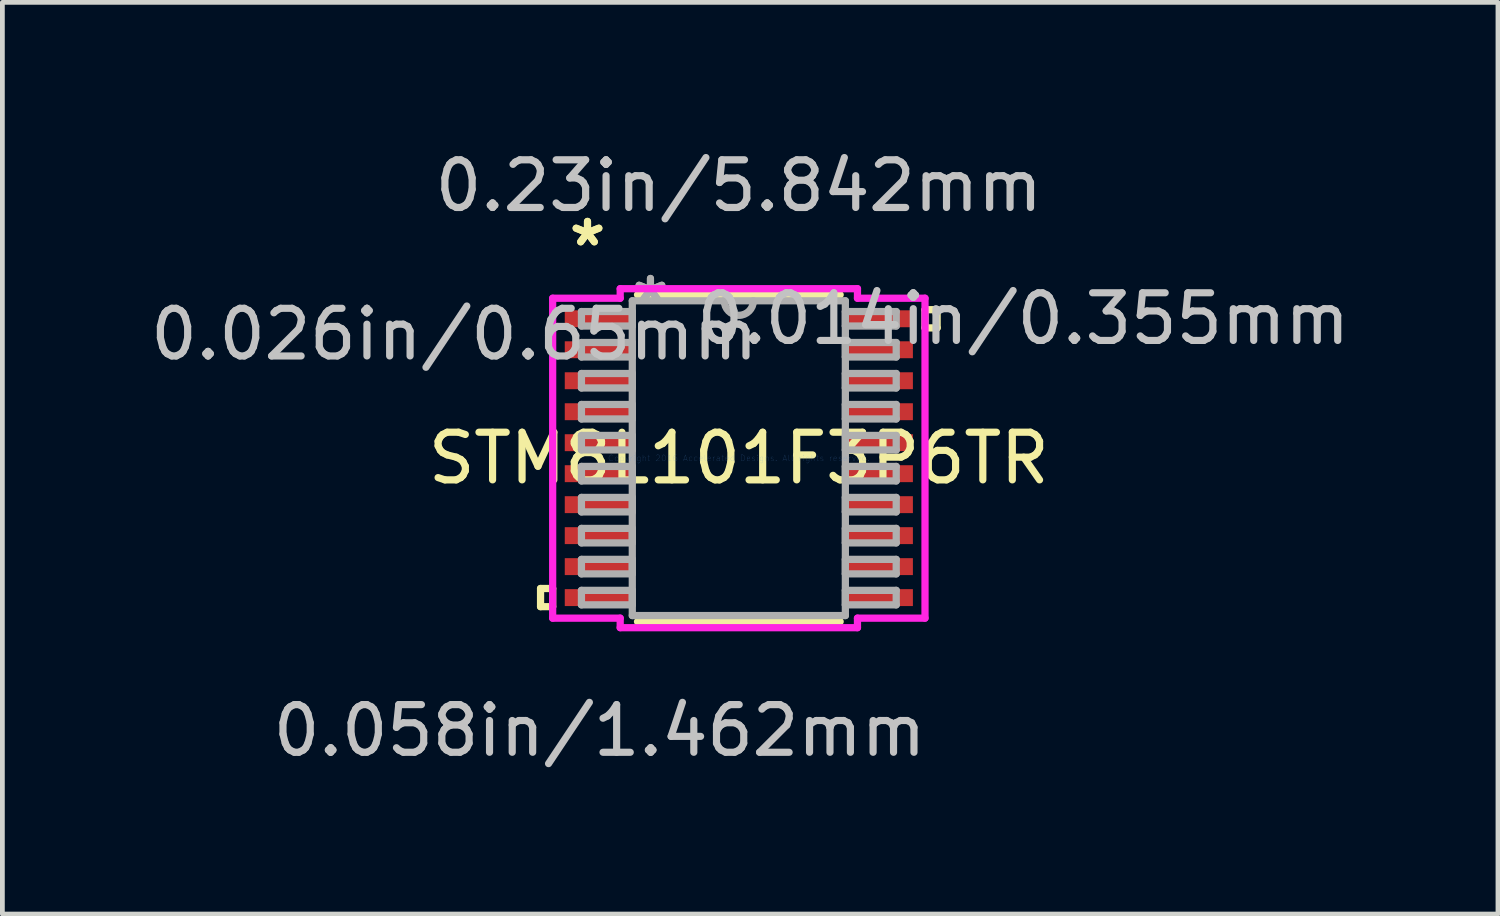
<source format=kicad_pcb>
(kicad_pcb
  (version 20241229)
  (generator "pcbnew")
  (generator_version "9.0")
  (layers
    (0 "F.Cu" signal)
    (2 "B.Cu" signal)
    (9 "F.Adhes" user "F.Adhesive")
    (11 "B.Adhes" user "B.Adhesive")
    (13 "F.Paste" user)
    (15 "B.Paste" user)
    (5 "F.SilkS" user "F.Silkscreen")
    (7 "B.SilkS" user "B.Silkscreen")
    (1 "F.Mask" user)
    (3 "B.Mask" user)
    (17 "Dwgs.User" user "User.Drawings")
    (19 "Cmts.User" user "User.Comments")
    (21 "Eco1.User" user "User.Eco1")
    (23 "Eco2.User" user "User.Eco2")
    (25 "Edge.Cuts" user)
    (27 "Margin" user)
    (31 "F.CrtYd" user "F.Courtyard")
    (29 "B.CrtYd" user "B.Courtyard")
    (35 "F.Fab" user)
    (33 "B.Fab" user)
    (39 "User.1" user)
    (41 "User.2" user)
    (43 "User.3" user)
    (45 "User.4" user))
  (footprint "STM8L101F3P6TR"
    (layer "F.Cu")
    (at 12.451 6.563)
    (property "Reference" "STM8L101F3P6TR" (at 0 0 0) (layer "F.SilkS") (effects (font (size 1 1) (thickness 0.15))))
    (attr through_hole)
    (fp_line (start -4.16 2.734) (end -4.16 3.115) (stroke (width 0.152) (type solid)) (layer "F.SilkS"))
    (fp_line (start -4.16 3.115) (end -3.906 3.115) (stroke (width 0.152) (type solid)) (layer "F.SilkS"))
    (fp_line (start -3.906 2.734) (end -4.16 2.734) (stroke (width 0.152) (type solid)) (layer "F.SilkS"))
    (fp_line (start -3.906 3.115) (end -3.906 2.734) (stroke (width 0.152) (type solid)) (layer "F.SilkS"))
    (fp_line (start -2.126 3.429) (end 2.126 3.429) (stroke (width 0.152) (type solid)) (layer "F.SilkS"))
    (fp_line (start 2.126 -3.429) (end -2.126 -3.429) (stroke (width 0.152) (type solid)) (layer "F.SilkS"))
    (fp_line (start 3.906 -3.115) (end 4.16 -3.115) (stroke (width 0.152) (type solid)) (layer "F.SilkS"))
    (fp_line (start 3.906 -2.734) (end 3.906 -3.115) (stroke (width 0.152) (type solid)) (layer "F.SilkS"))
    (fp_line (start 4.16 -3.115) (end 4.16 -2.734) (stroke (width 0.152) (type solid)) (layer "F.SilkS"))
    (fp_line (start 4.16 -2.734) (end 3.906 -2.734) (stroke (width 0.152) (type solid)) (layer "F.SilkS"))
    (fp_line (start -3.906 -3.356) (end -2.489 -3.356) (stroke (width 0.152) (type solid)) (layer "F.CrtYd"))
    (fp_line (start -3.906 3.356) (end -3.906 -3.356) (stroke (width 0.152) (type solid)) (layer "F.CrtYd"))
    (fp_line (start -2.489 -3.556) (end 2.489 -3.556) (stroke (width 0.152) (type solid)) (layer "F.CrtYd"))
    (fp_line (start -2.489 -3.356) (end -2.489 -3.556) (stroke (width 0.152) (type solid)) (layer "F.CrtYd"))
    (fp_line (start -2.489 3.356) (end -3.906 3.356) (stroke (width 0.152) (type solid)) (layer "F.CrtYd"))
    (fp_line (start -2.489 3.556) (end -2.489 3.356) (stroke (width 0.152) (type solid)) (layer "F.CrtYd"))
    (fp_line (start 2.489 -3.556) (end 2.489 -3.356) (stroke (width 0.152) (type solid)) (layer "F.CrtYd"))
    (fp_line (start 2.489 -3.356) (end 3.906 -3.356) (stroke (width 0.152) (type solid)) (layer "F.CrtYd"))
    (fp_line (start 2.489 3.356) (end 2.489 3.556) (stroke (width 0.152) (type solid)) (layer "F.CrtYd"))
    (fp_line (start 2.489 3.556) (end -2.489 3.556) (stroke (width 0.152) (type solid)) (layer "F.CrtYd"))
    (fp_line (start 3.906 -3.356) (end 3.906 3.356) (stroke (width 0.152) (type solid)) (layer "F.CrtYd"))
    (fp_line (start 3.906 3.356) (end 2.489 3.356) (stroke (width 0.152) (type solid)) (layer "F.CrtYd"))
    (fp_line (start -3.302 -3.077) (end -3.302 -2.773) (stroke (width 0.152) (type solid)) (layer "F.Fab"))
    (fp_line (start -3.302 -2.773) (end -2.235 -2.773) (stroke (width 0.152) (type solid)) (layer "F.Fab"))
    (fp_line (start -3.302 -2.427) (end -3.302 -2.123) (stroke (width 0.152) (type solid)) (layer "F.Fab"))
    (fp_line (start -3.302 -2.123) (end -2.235 -2.123) (stroke (width 0.152) (type solid)) (layer "F.Fab"))
    (fp_line (start -3.302 -1.777) (end -3.302 -1.473) (stroke (width 0.152) (type solid)) (layer "F.Fab"))
    (fp_line (start -3.302 -1.473) (end -2.235 -1.473) (stroke (width 0.152) (type solid)) (layer "F.Fab"))
    (fp_line (start -3.302 -1.127) (end -3.302 -0.823) (stroke (width 0.152) (type solid)) (layer "F.Fab"))
    (fp_line (start -3.302 -0.823) (end -2.235 -0.823) (stroke (width 0.152) (type solid)) (layer "F.Fab"))
    (fp_line (start -3.302 -0.477) (end -3.302 -0.173) (stroke (width 0.152) (type solid)) (layer "F.Fab"))
    (fp_line (start -3.302 -0.173) (end -2.235 -0.173) (stroke (width 0.152) (type solid)) (layer "F.Fab"))
    (fp_line (start -3.302 0.173) (end -3.302 0.477) (stroke (width 0.152) (type solid)) (layer "F.Fab"))
    (fp_line (start -3.302 0.477) (end -2.235 0.477) (stroke (width 0.152) (type solid)) (layer "F.Fab"))
    (fp_line (start -3.302 0.823) (end -3.302 1.127) (stroke (width 0.152) (type solid)) (layer "F.Fab"))
    (fp_line (start -3.302 1.127) (end -2.235 1.127) (stroke (width 0.152) (type solid)) (layer "F.Fab"))
    (fp_line (start -3.302 1.473) (end -3.302 1.777) (stroke (width 0.152) (type solid)) (layer "F.Fab"))
    (fp_line (start -3.302 1.777) (end -2.235 1.777) (stroke (width 0.152) (type solid)) (layer "F.Fab"))
    (fp_line (start -3.302 2.123) (end -3.302 2.427) (stroke (width 0.152) (type solid)) (layer "F.Fab"))
    (fp_line (start -3.302 2.427) (end -2.235 2.427) (stroke (width 0.152) (type solid)) (layer "F.Fab"))
    (fp_line (start -3.302 2.773) (end -3.302 3.077) (stroke (width 0.152) (type solid)) (layer "F.Fab"))
    (fp_line (start -3.302 3.077) (end -2.235 3.077) (stroke (width 0.152) (type solid)) (layer "F.Fab"))
    (fp_line (start -2.235 -3.302) (end -2.235 3.302) (stroke (width 0.152) (type solid)) (layer "F.Fab"))
    (fp_line (start -2.235 -3.077) (end -3.302 -3.077) (stroke (width 0.152) (type solid)) (layer "F.Fab"))
    (fp_line (start -2.235 -2.773) (end -2.235 -3.077) (stroke (width 0.152) (type solid)) (layer "F.Fab"))
    (fp_line (start -2.235 -2.427) (end -3.302 -2.427) (stroke (width 0.152) (type solid)) (layer "F.Fab"))
    (fp_line (start -2.235 -2.123) (end -2.235 -2.427) (stroke (width 0.152) (type solid)) (layer "F.Fab"))
    (fp_line (start -2.235 -1.777) (end -3.302 -1.777) (stroke (width 0.152) (type solid)) (layer "F.Fab"))
    (fp_line (start -2.235 -1.473) (end -2.235 -1.777) (stroke (width 0.152) (type solid)) (layer "F.Fab"))
    (fp_line (start -2.235 -1.127) (end -3.302 -1.127) (stroke (width 0.152) (type solid)) (layer "F.Fab"))
    (fp_line (start -2.235 -0.823) (end -2.235 -1.127) (stroke (width 0.152) (type solid)) (layer "F.Fab"))
    (fp_line (start -2.235 -0.477) (end -3.302 -0.477) (stroke (width 0.152) (type solid)) (layer "F.Fab"))
    (fp_line (start -2.235 -0.173) (end -2.235 -0.477) (stroke (width 0.152) (type solid)) (layer "F.Fab"))
    (fp_line (start -2.235 0.173) (end -3.302 0.173) (stroke (width 0.152) (type solid)) (layer "F.Fab"))
    (fp_line (start -2.235 0.477) (end -2.235 0.173) (stroke (width 0.152) (type solid)) (layer "F.Fab"))
    (fp_line (start -2.235 0.823) (end -3.302 0.823) (stroke (width 0.152) (type solid)) (layer "F.Fab"))
    (fp_line (start -2.235 1.127) (end -2.235 0.823) (stroke (width 0.152) (type solid)) (layer "F.Fab"))
    (fp_line (start -2.235 1.473) (end -3.302 1.473) (stroke (width 0.152) (type solid)) (layer "F.Fab"))
    (fp_line (start -2.235 1.777) (end -2.235 1.473) (stroke (width 0.152) (type solid)) (layer "F.Fab"))
    (fp_line (start -2.235 2.123) (end -3.302 2.123) (stroke (width 0.152) (type solid)) (layer "F.Fab"))
    (fp_line (start -2.235 2.427) (end -2.235 2.123) (stroke (width 0.152) (type solid)) (layer "F.Fab"))
    (fp_line (start -2.235 2.773) (end -3.302 2.773) (stroke (width 0.152) (type solid)) (layer "F.Fab"))
    (fp_line (start -2.235 3.077) (end -2.235 2.773) (stroke (width 0.152) (type solid)) (layer "F.Fab"))
    (fp_line (start -2.235 3.302) (end 2.235 3.302) (stroke (width 0.152) (type solid)) (layer "F.Fab"))
    (fp_line (start 2.235 -3.302) (end -2.235 -3.302) (stroke (width 0.152) (type solid)) (layer "F.Fab"))
    (fp_line (start 2.235 -3.077) (end 2.235 -2.773) (stroke (width 0.152) (type solid)) (layer "F.Fab"))
    (fp_line (start 2.235 -2.773) (end 3.302 -2.773) (stroke (width 0.152) (type solid)) (layer "F.Fab"))
    (fp_line (start 2.235 -2.427) (end 2.235 -2.123) (stroke (width 0.152) (type solid)) (layer "F.Fab"))
    (fp_line (start 2.235 -2.123) (end 3.302 -2.123) (stroke (width 0.152) (type solid)) (layer "F.Fab"))
    (fp_line (start 2.235 -1.777) (end 2.235 -1.473) (stroke (width 0.152) (type solid)) (layer "F.Fab"))
    (fp_line (start 2.235 -1.473) (end 3.302 -1.473) (stroke (width 0.152) (type solid)) (layer "F.Fab"))
    (fp_line (start 2.235 -1.127) (end 2.235 -0.823) (stroke (width 0.152) (type solid)) (layer "F.Fab"))
    (fp_line (start 2.235 -0.823) (end 3.302 -0.823) (stroke (width 0.152) (type solid)) (layer "F.Fab"))
    (fp_line (start 2.235 -0.477) (end 2.235 -0.173) (stroke (width 0.152) (type solid)) (layer "F.Fab"))
    (fp_line (start 2.235 -0.173) (end 3.302 -0.173) (stroke (width 0.152) (type solid)) (layer "F.Fab"))
    (fp_line (start 2.235 0.173) (end 2.235 0.477) (stroke (width 0.152) (type solid)) (layer "F.Fab"))
    (fp_line (start 2.235 0.477) (end 3.302 0.477) (stroke (width 0.152) (type solid)) (layer "F.Fab"))
    (fp_line (start 2.235 0.823) (end 2.235 1.127) (stroke (width 0.152) (type solid)) (layer "F.Fab"))
    (fp_line (start 2.235 1.127) (end 3.302 1.127) (stroke (width 0.152) (type solid)) (layer "F.Fab"))
    (fp_line (start 2.235 1.473) (end 2.235 1.777) (stroke (width 0.152) (type solid)) (layer "F.Fab"))
    (fp_line (start 2.235 1.777) (end 3.302 1.777) (stroke (width 0.152) (type solid)) (layer "F.Fab"))
    (fp_line (start 2.235 2.123) (end 2.235 2.427) (stroke (width 0.152) (type solid)) (layer "F.Fab"))
    (fp_line (start 2.235 2.427) (end 3.302 2.427) (stroke (width 0.152) (type solid)) (layer "F.Fab"))
    (fp_line (start 2.235 2.773) (end 2.235 3.077) (stroke (width 0.152) (type solid)) (layer "F.Fab"))
    (fp_line (start 2.235 3.077) (end 3.302 3.077) (stroke (width 0.152) (type solid)) (layer "F.Fab"))
    (fp_line (start 2.235 3.302) (end 2.235 -3.302) (stroke (width 0.152) (type solid)) (layer "F.Fab"))
    (fp_line (start 3.302 -3.077) (end 2.235 -3.077) (stroke (width 0.152) (type solid)) (layer "F.Fab"))
    (fp_line (start 3.302 -2.773) (end 3.302 -3.077) (stroke (width 0.152) (type solid)) (layer "F.Fab"))
    (fp_line (start 3.302 -2.427) (end 2.235 -2.427) (stroke (width 0.152) (type solid)) (layer "F.Fab"))
    (fp_line (start 3.302 -2.123) (end 3.302 -2.427) (stroke (width 0.152) (type solid)) (layer "F.Fab"))
    (fp_line (start 3.302 -1.777) (end 2.235 -1.777) (stroke (width 0.152) (type solid)) (layer "F.Fab"))
    (fp_line (start 3.302 -1.473) (end 3.302 -1.777) (stroke (width 0.152) (type solid)) (layer "F.Fab"))
    (fp_line (start 3.302 -1.127) (end 2.235 -1.127) (stroke (width 0.152) (type solid)) (layer "F.Fab"))
    (fp_line (start 3.302 -0.823) (end 3.302 -1.127) (stroke (width 0.152) (type solid)) (layer "F.Fab"))
    (fp_line (start 3.302 -0.477) (end 2.235 -0.477) (stroke (width 0.152) (type solid)) (layer "F.Fab"))
    (fp_line (start 3.302 -0.173) (end 3.302 -0.477) (stroke (width 0.152) (type solid)) (layer "F.Fab"))
    (fp_line (start 3.302 0.173) (end 2.235 0.173) (stroke (width 0.152) (type solid)) (layer "F.Fab"))
    (fp_line (start 3.302 0.477) (end 3.302 0.173) (stroke (width 0.152) (type solid)) (layer "F.Fab"))
    (fp_line (start 3.302 0.823) (end 2.235 0.823) (stroke (width 0.152) (type solid)) (layer "F.Fab"))
    (fp_line (start 3.302 1.127) (end 3.302 0.823) (stroke (width 0.152) (type solid)) (layer "F.Fab"))
    (fp_line (start 3.302 1.473) (end 2.235 1.473) (stroke (width 0.152) (type solid)) (layer "F.Fab"))
    (fp_line (start 3.302 1.777) (end 3.302 1.473) (stroke (width 0.152) (type solid)) (layer "F.Fab"))
    (fp_line (start 3.302 2.123) (end 2.235 2.123) (stroke (width 0.152) (type solid)) (layer "F.Fab"))
    (fp_line (start 3.302 2.427) (end 3.302 2.123) (stroke (width 0.152) (type solid)) (layer "F.Fab"))
    (fp_line (start 3.302 2.773) (end 2.235 2.773) (stroke (width 0.152) (type solid)) (layer "F.Fab"))
    (fp_line (start 3.302 3.077) (end 3.302 2.773) (stroke (width 0.152) (type solid)) (layer "F.Fab"))
    (fp_arc (start 0.3048 -3.302) (mid 0 -2.9972) (end -0.3048 -3.302) (stroke (width 0.1524) (type solid)) (layer "F.Fab"))
    (fp_text user "*" (at -3.175 -4.423 0) (layer "F.SilkS") (effects (font (size 1 1) (thickness 0.15))))
    (fp_text user "*" (at -3.175 -4.423 0) (layer "F.SilkS") (effects (font (size 1 1) (thickness 0.15))))
    (fp_text user "0.058in/1.462mm" (at -2.921 5.715 0) (layer "Dwgs.User") (effects (font (size 1 1) (thickness 0.15))))
    (fp_text user "0.23in/5.842mm" (at 0 -5.715 0) (layer "Dwgs.User") (effects (font (size 1 1) (thickness 0.15))))
    (fp_text user "0.014in/0.355mm" (at 5.969 -2.925 0) (layer "Dwgs.User") (effects (font (size 1 1) (thickness 0.15))))
    (fp_text user "0.026in/0.65mm" (at -5.969 -2.6 0) (layer "Dwgs.User") (effects (font (size 1 1) (thickness 0.15))))
    (fp_text user "Copyright 2016 Accelerated Designs. All rights reserved." (at 0 0 0) (layer "Cmts.User") (effects (font (size 0.127 0.127) (thickness 0.002))))
    (fp_text user "*" (at -1.854 -3.226 0) (layer "F.Fab") (effects (font (size 1 1) (thickness 0.15))))
    (fp_text user "*" (at -1.854 -3.226 0) (layer "F.Fab") (effects (font (size 1 1) (thickness 0.15))))
    (pad "1" smd rect (at -2.921 -2.925) (size 1.462 0.355) (layers "F.Cu" "F.Mask" "F.Paste"))
    (pad "2" smd rect (at -2.921 -2.275) (size 1.462 0.355) (layers "F.Cu" "F.Mask" "F.Paste"))
    (pad "3" smd rect (at -2.921 -1.625) (size 1.462 0.355) (layers "F.Cu" "F.Mask" "F.Paste"))
    (pad "4" smd rect (at -2.921 -0.975) (size 1.462 0.355) (layers "F.Cu" "F.Mask" "F.Paste"))
    (pad "5" smd rect (at -2.921 -0.325) (size 1.462 0.355) (layers "F.Cu" "F.Mask" "F.Paste"))
    (pad "6" smd rect (at -2.921 0.325) (size 1.462 0.355) (layers "F.Cu" "F.Mask" "F.Paste"))
    (pad "7" smd rect (at -2.921 0.975) (size 1.462 0.355) (layers "F.Cu" "F.Mask" "F.Paste"))
    (pad "8" smd rect (at -2.921 1.625) (size 1.462 0.355) (layers "F.Cu" "F.Mask" "F.Paste"))
    (pad "9" smd rect (at -2.921 2.275) (size 1.462 0.355) (layers "F.Cu" "F.Mask" "F.Paste"))
    (pad "10" smd rect (at -2.921 2.925) (size 1.462 0.355) (layers "F.Cu" "F.Mask" "F.Paste"))
    (pad "11" smd rect (at 2.921 2.925) (size 1.462 0.355) (layers "F.Cu" "F.Mask" "F.Paste"))
    (pad "12" smd rect (at 2.921 2.275) (size 1.462 0.355) (layers "F.Cu" "F.Mask" "F.Paste"))
    (pad "13" smd rect (at 2.921 1.625) (size 1.462 0.355) (layers "F.Cu" "F.Mask" "F.Paste"))
    (pad "14" smd rect (at 2.921 0.975) (size 1.462 0.355) (layers "F.Cu" "F.Mask" "F.Paste"))
    (pad "15" smd rect (at 2.921 0.325) (size 1.462 0.355) (layers "F.Cu" "F.Mask" "F.Paste"))
    (pad "16" smd rect (at 2.921 -0.325) (size 1.462 0.355) (layers "F.Cu" "F.Mask" "F.Paste"))
    (pad "17" smd rect (at 2.921 -0.975) (size 1.462 0.355) (layers "F.Cu" "F.Mask" "F.Paste"))
    (pad "18" smd rect (at 2.921 -1.625) (size 1.462 0.355) (layers "F.Cu" "F.Mask" "F.Paste"))
    (pad "19" smd rect (at 2.921 -2.275) (size 1.462 0.355) (layers "F.Cu" "F.Mask" "F.Paste"))
    (pad "20" smd rect (at 2.921 -2.925) (size 1.462 0.355) (layers "F.Cu" "F.Mask" "F.Paste")))
  (gr_rect
    (start -3 -3)
    (end 28.378 16.127)
    (stroke (width 0.1) (type default))
    (fill no)
    (layer "Edge.Cuts")))
</source>
